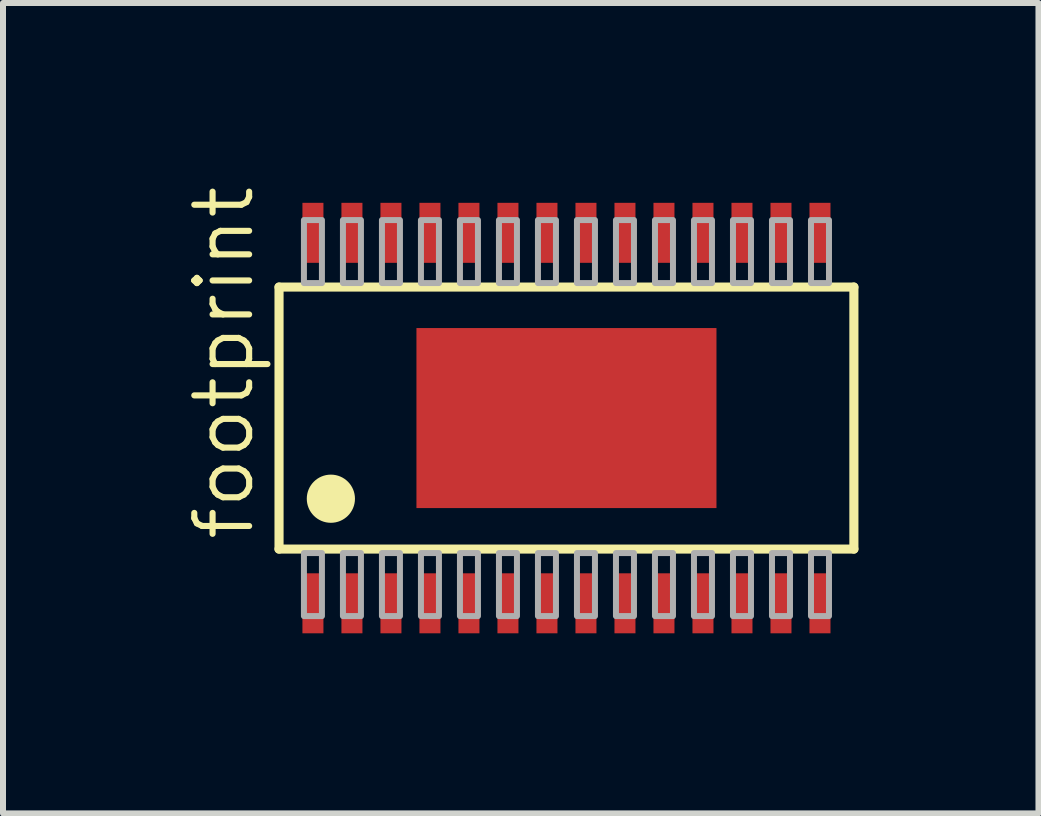
<source format=kicad_pcb>
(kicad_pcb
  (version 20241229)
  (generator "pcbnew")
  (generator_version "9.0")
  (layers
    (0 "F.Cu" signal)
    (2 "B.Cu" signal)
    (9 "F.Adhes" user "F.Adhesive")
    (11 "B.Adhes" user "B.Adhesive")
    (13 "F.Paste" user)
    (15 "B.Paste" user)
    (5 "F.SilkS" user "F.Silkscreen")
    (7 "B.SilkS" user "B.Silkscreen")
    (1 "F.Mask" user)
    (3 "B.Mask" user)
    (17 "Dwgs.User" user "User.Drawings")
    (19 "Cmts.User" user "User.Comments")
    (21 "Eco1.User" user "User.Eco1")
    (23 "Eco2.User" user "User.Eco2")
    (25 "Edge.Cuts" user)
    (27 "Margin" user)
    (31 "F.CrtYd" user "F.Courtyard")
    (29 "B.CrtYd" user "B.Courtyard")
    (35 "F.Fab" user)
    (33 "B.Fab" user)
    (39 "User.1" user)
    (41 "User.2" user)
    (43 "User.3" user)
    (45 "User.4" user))
  (footprint "footprint"
    (layer "F.Cu")
    (at 6.39 3.917)
    (property "Reference" "footprint" (at -5.171 2.083 90) (layer "F.SilkS") (effects (font (size 0.914 0.914) (thickness 0.102)) (justify left bottom)))
    (fp_line (start -4.79 2.183) (end -4.79 -2.183) (stroke (width 0.152) (type solid)) (layer "F.SilkS"))
    (fp_line (start -4.79 2.183) (end 4.79 2.183) (stroke (width 0.152) (type solid)) (layer "F.SilkS"))
    (fp_line (start 4.79 -2.183) (end -4.79 -2.183) (stroke (width 0.152) (type solid)) (layer "F.SilkS"))
    (fp_line (start 4.79 -2.183) (end 4.79 2.183) (stroke (width 0.152) (type solid)) (layer "F.SilkS"))
    (fp_circle (center -3.926 1.344) (end -3.725 1.344) (stroke (width 0.401) (type solid)) (fill yes) (layer "F.SilkS"))
    (fp_poly (pts (xy -4.375 3.3) (xy -4.075 3.3) (xy -4.075 2.25) (xy -4.375 2.25)) (stroke (width 0.1) (type solid)) (fill no) (layer "F.Fab"))
    (fp_poly (pts (xy -4.075 -3.3) (xy -4.375 -3.3) (xy -4.375 -2.25) (xy -4.075 -2.25)) (stroke (width 0.1) (type solid)) (fill no) (layer "F.Fab"))
    (fp_poly (pts (xy -3.725 3.3) (xy -3.425 3.3) (xy -3.425 2.25) (xy -3.725 2.25)) (stroke (width 0.1) (type solid)) (fill no) (layer "F.Fab"))
    (fp_poly (pts (xy -3.425 -3.3) (xy -3.725 -3.3) (xy -3.725 -2.25) (xy -3.425 -2.25)) (stroke (width 0.1) (type solid)) (fill no) (layer "F.Fab"))
    (fp_poly (pts (xy -3.075 3.3) (xy -2.775 3.3) (xy -2.775 2.25) (xy -3.075 2.25)) (stroke (width 0.1) (type solid)) (fill no) (layer "F.Fab"))
    (fp_poly (pts (xy -2.775 -3.3) (xy -3.075 -3.3) (xy -3.075 -2.25) (xy -2.775 -2.25)) (stroke (width 0.1) (type solid)) (fill no) (layer "F.Fab"))
    (fp_poly (pts (xy -2.425 3.3) (xy -2.125 3.3) (xy -2.125 2.25) (xy -2.425 2.25)) (stroke (width 0.1) (type solid)) (fill no) (layer "F.Fab"))
    (fp_poly (pts (xy -2.125 -3.3) (xy -2.425 -3.3) (xy -2.425 -2.25) (xy -2.125 -2.25)) (stroke (width 0.1) (type solid)) (fill no) (layer "F.Fab"))
    (fp_poly (pts (xy -1.775 3.3) (xy -1.475 3.3) (xy -1.475 2.25) (xy -1.775 2.25)) (stroke (width 0.1) (type solid)) (fill no) (layer "F.Fab"))
    (fp_poly (pts (xy -1.475 -3.3) (xy -1.775 -3.3) (xy -1.775 -2.25) (xy -1.475 -2.25)) (stroke (width 0.1) (type solid)) (fill no) (layer "F.Fab"))
    (fp_poly (pts (xy -1.125 3.3) (xy -0.825 3.3) (xy -0.825 2.25) (xy -1.125 2.25)) (stroke (width 0.1) (type solid)) (fill no) (layer "F.Fab"))
    (fp_poly (pts (xy -0.825 -3.3) (xy -1.125 -3.3) (xy -1.125 -2.25) (xy -0.825 -2.25)) (stroke (width 0.1) (type solid)) (fill no) (layer "F.Fab"))
    (fp_poly (pts (xy -0.475 3.3) (xy -0.175 3.3) (xy -0.175 2.25) (xy -0.475 2.25)) (stroke (width 0.1) (type solid)) (fill no) (layer "F.Fab"))
    (fp_poly (pts (xy -0.175 -3.3) (xy -0.475 -3.3) (xy -0.475 -2.25) (xy -0.175 -2.25)) (stroke (width 0.1) (type solid)) (fill no) (layer "F.Fab"))
    (fp_poly (pts (xy 0.175 3.3) (xy 0.475 3.3) (xy 0.475 2.25) (xy 0.175 2.25)) (stroke (width 0.1) (type solid)) (fill no) (layer "F.Fab"))
    (fp_poly (pts (xy 0.475 -3.3) (xy 0.175 -3.3) (xy 0.175 -2.25) (xy 0.475 -2.25)) (stroke (width 0.1) (type solid)) (fill no) (layer "F.Fab"))
    (fp_poly (pts (xy 0.825 3.3) (xy 1.125 3.3) (xy 1.125 2.25) (xy 0.825 2.25)) (stroke (width 0.1) (type solid)) (fill no) (layer "F.Fab"))
    (fp_poly (pts (xy 1.125 -3.3) (xy 0.825 -3.3) (xy 0.825 -2.25) (xy 1.125 -2.25)) (stroke (width 0.1) (type solid)) (fill no) (layer "F.Fab"))
    (fp_poly (pts (xy 1.475 3.3) (xy 1.775 3.3) (xy 1.775 2.25) (xy 1.475 2.25)) (stroke (width 0.1) (type solid)) (fill no) (layer "F.Fab"))
    (fp_poly (pts (xy 1.775 -3.3) (xy 1.475 -3.3) (xy 1.475 -2.25) (xy 1.775 -2.25)) (stroke (width 0.1) (type solid)) (fill no) (layer "F.Fab"))
    (fp_poly (pts (xy 2.125 3.3) (xy 2.425 3.3) (xy 2.425 2.25) (xy 2.125 2.25)) (stroke (width 0.1) (type solid)) (fill no) (layer "F.Fab"))
    (fp_poly (pts (xy 2.425 -3.3) (xy 2.125 -3.3) (xy 2.125 -2.25) (xy 2.425 -2.25)) (stroke (width 0.1) (type solid)) (fill no) (layer "F.Fab"))
    (fp_poly (pts (xy 2.775 3.3) (xy 3.075 3.3) (xy 3.075 2.25) (xy 2.775 2.25)) (stroke (width 0.1) (type solid)) (fill no) (layer "F.Fab"))
    (fp_poly (pts (xy 3.075 -3.3) (xy 2.775 -3.3) (xy 2.775 -2.25) (xy 3.075 -2.25)) (stroke (width 0.1) (type solid)) (fill no) (layer "F.Fab"))
    (fp_poly (pts (xy 3.425 3.3) (xy 3.725 3.3) (xy 3.725 2.25) (xy 3.425 2.25)) (stroke (width 0.1) (type solid)) (fill no) (layer "F.Fab"))
    (fp_poly (pts (xy 3.725 -3.3) (xy 3.425 -3.3) (xy 3.425 -2.25) (xy 3.725 -2.25)) (stroke (width 0.1) (type solid)) (fill no) (layer "F.Fab"))
    (fp_poly (pts (xy 4.075 3.3) (xy 4.375 3.3) (xy 4.375 2.25) (xy 4.075 2.25)) (stroke (width 0.1) (type solid)) (fill no) (layer "F.Fab"))
    (fp_poly (pts (xy 4.375 -3.3) (xy 4.075 -3.3) (xy 4.075 -2.25) (xy 4.375 -2.25)) (stroke (width 0.1) (type solid)) (fill no) (layer "F.Fab"))
    (pad "1" smd rect (at -4.225 3.087) (size 0.35 1) (layers "F.Cu" "F.Mask" "F.Paste"))
    (pad "2" smd rect (at -3.575 3.087) (size 0.35 1) (layers "F.Cu" "F.Mask" "F.Paste"))
    (pad "3" smd rect (at -2.925 3.087) (size 0.35 1) (layers "F.Cu" "F.Mask" "F.Paste"))
    (pad "4" smd rect (at -2.275 3.087) (size 0.35 1) (layers "F.Cu" "F.Mask" "F.Paste"))
    (pad "5" smd rect (at -1.625 3.087) (size 0.35 1) (layers "F.Cu" "F.Mask" "F.Paste"))
    (pad "6" smd rect (at -0.975 3.087) (size 0.35 1) (layers "F.Cu" "F.Mask" "F.Paste"))
    (pad "7" smd rect (at -0.325 3.087) (size 0.35 1) (layers "F.Cu" "F.Mask" "F.Paste"))
    (pad "8" smd rect (at 0.325 3.087) (size 0.35 1) (layers "F.Cu" "F.Mask" "F.Paste"))
    (pad "9" smd rect (at 0.975 3.087) (size 0.35 1) (layers "F.Cu" "F.Mask" "F.Paste"))
    (pad "10" smd rect (at 1.625 3.087) (size 0.35 1) (layers "F.Cu" "F.Mask" "F.Paste"))
    (pad "11" smd rect (at 2.275 3.087) (size 0.35 1) (layers "F.Cu" "F.Mask" "F.Paste"))
    (pad "12" smd rect (at 2.925 3.087) (size 0.35 1) (layers "F.Cu" "F.Mask" "F.Paste"))
    (pad "13" smd rect (at 3.575 3.087) (size 0.35 1) (layers "F.Cu" "F.Mask" "F.Paste"))
    (pad "14" smd rect (at 4.225 3.087) (size 0.35 1) (layers "F.Cu" "F.Mask" "F.Paste"))
    (pad "15" smd rect (at 4.225 -3.087) (size 0.35 1) (layers "F.Cu" "F.Mask" "F.Paste"))
    (pad "16" smd rect (at 3.575 -3.087) (size 0.35 1) (layers "F.Cu" "F.Mask" "F.Paste"))
    (pad "17" smd rect (at 2.925 -3.087) (size 0.35 1) (layers "F.Cu" "F.Mask" "F.Paste"))
    (pad "18" smd rect (at 2.275 -3.087) (size 0.35 1) (layers "F.Cu" "F.Mask" "F.Paste"))
    (pad "19" smd rect (at 1.625 -3.087) (size 0.35 1) (layers "F.Cu" "F.Mask" "F.Paste"))
    (pad "20" smd rect (at 0.975 -3.087) (size 0.35 1) (layers "F.Cu" "F.Mask" "F.Paste"))
    (pad "21" smd rect (at 0.325 -3.087) (size 0.35 1) (layers "F.Cu" "F.Mask" "F.Paste"))
    (pad "22" smd rect (at -0.325 -3.087) (size 0.35 1) (layers "F.Cu" "F.Mask" "F.Paste"))
    (pad "23" smd rect (at -0.975 -3.087) (size 0.35 1) (layers "F.Cu" "F.Mask" "F.Paste"))
    (pad "24" smd rect (at -1.625 -3.087) (size 0.35 1) (layers "F.Cu" "F.Mask" "F.Paste"))
    (pad "25" smd rect (at -2.275 -3.087) (size 0.35 1) (layers "F.Cu" "F.Mask" "F.Paste"))
    (pad "26" smd rect (at -2.925 -3.087) (size 0.35 1) (layers "F.Cu" "F.Mask" "F.Paste"))
    (pad "27" smd rect (at -3.575 -3.087) (size 0.35 1) (layers "F.Cu" "F.Mask" "F.Paste"))
    (pad "28" smd rect (at -4.225 -3.087) (size 0.35 1) (layers "F.Cu" "F.Mask" "F.Paste"))
    (pad "EXP" smd rect (at 0 0) (size 5 3) (layers "F.Cu" "F.Mask" "F.Paste")))
  (gr_rect
    (start -3 -3)
    (end 14.256 10.505)
    (stroke (width 0.1) (type default))
    (fill no)
    (layer "Edge.Cuts")))
</source>
